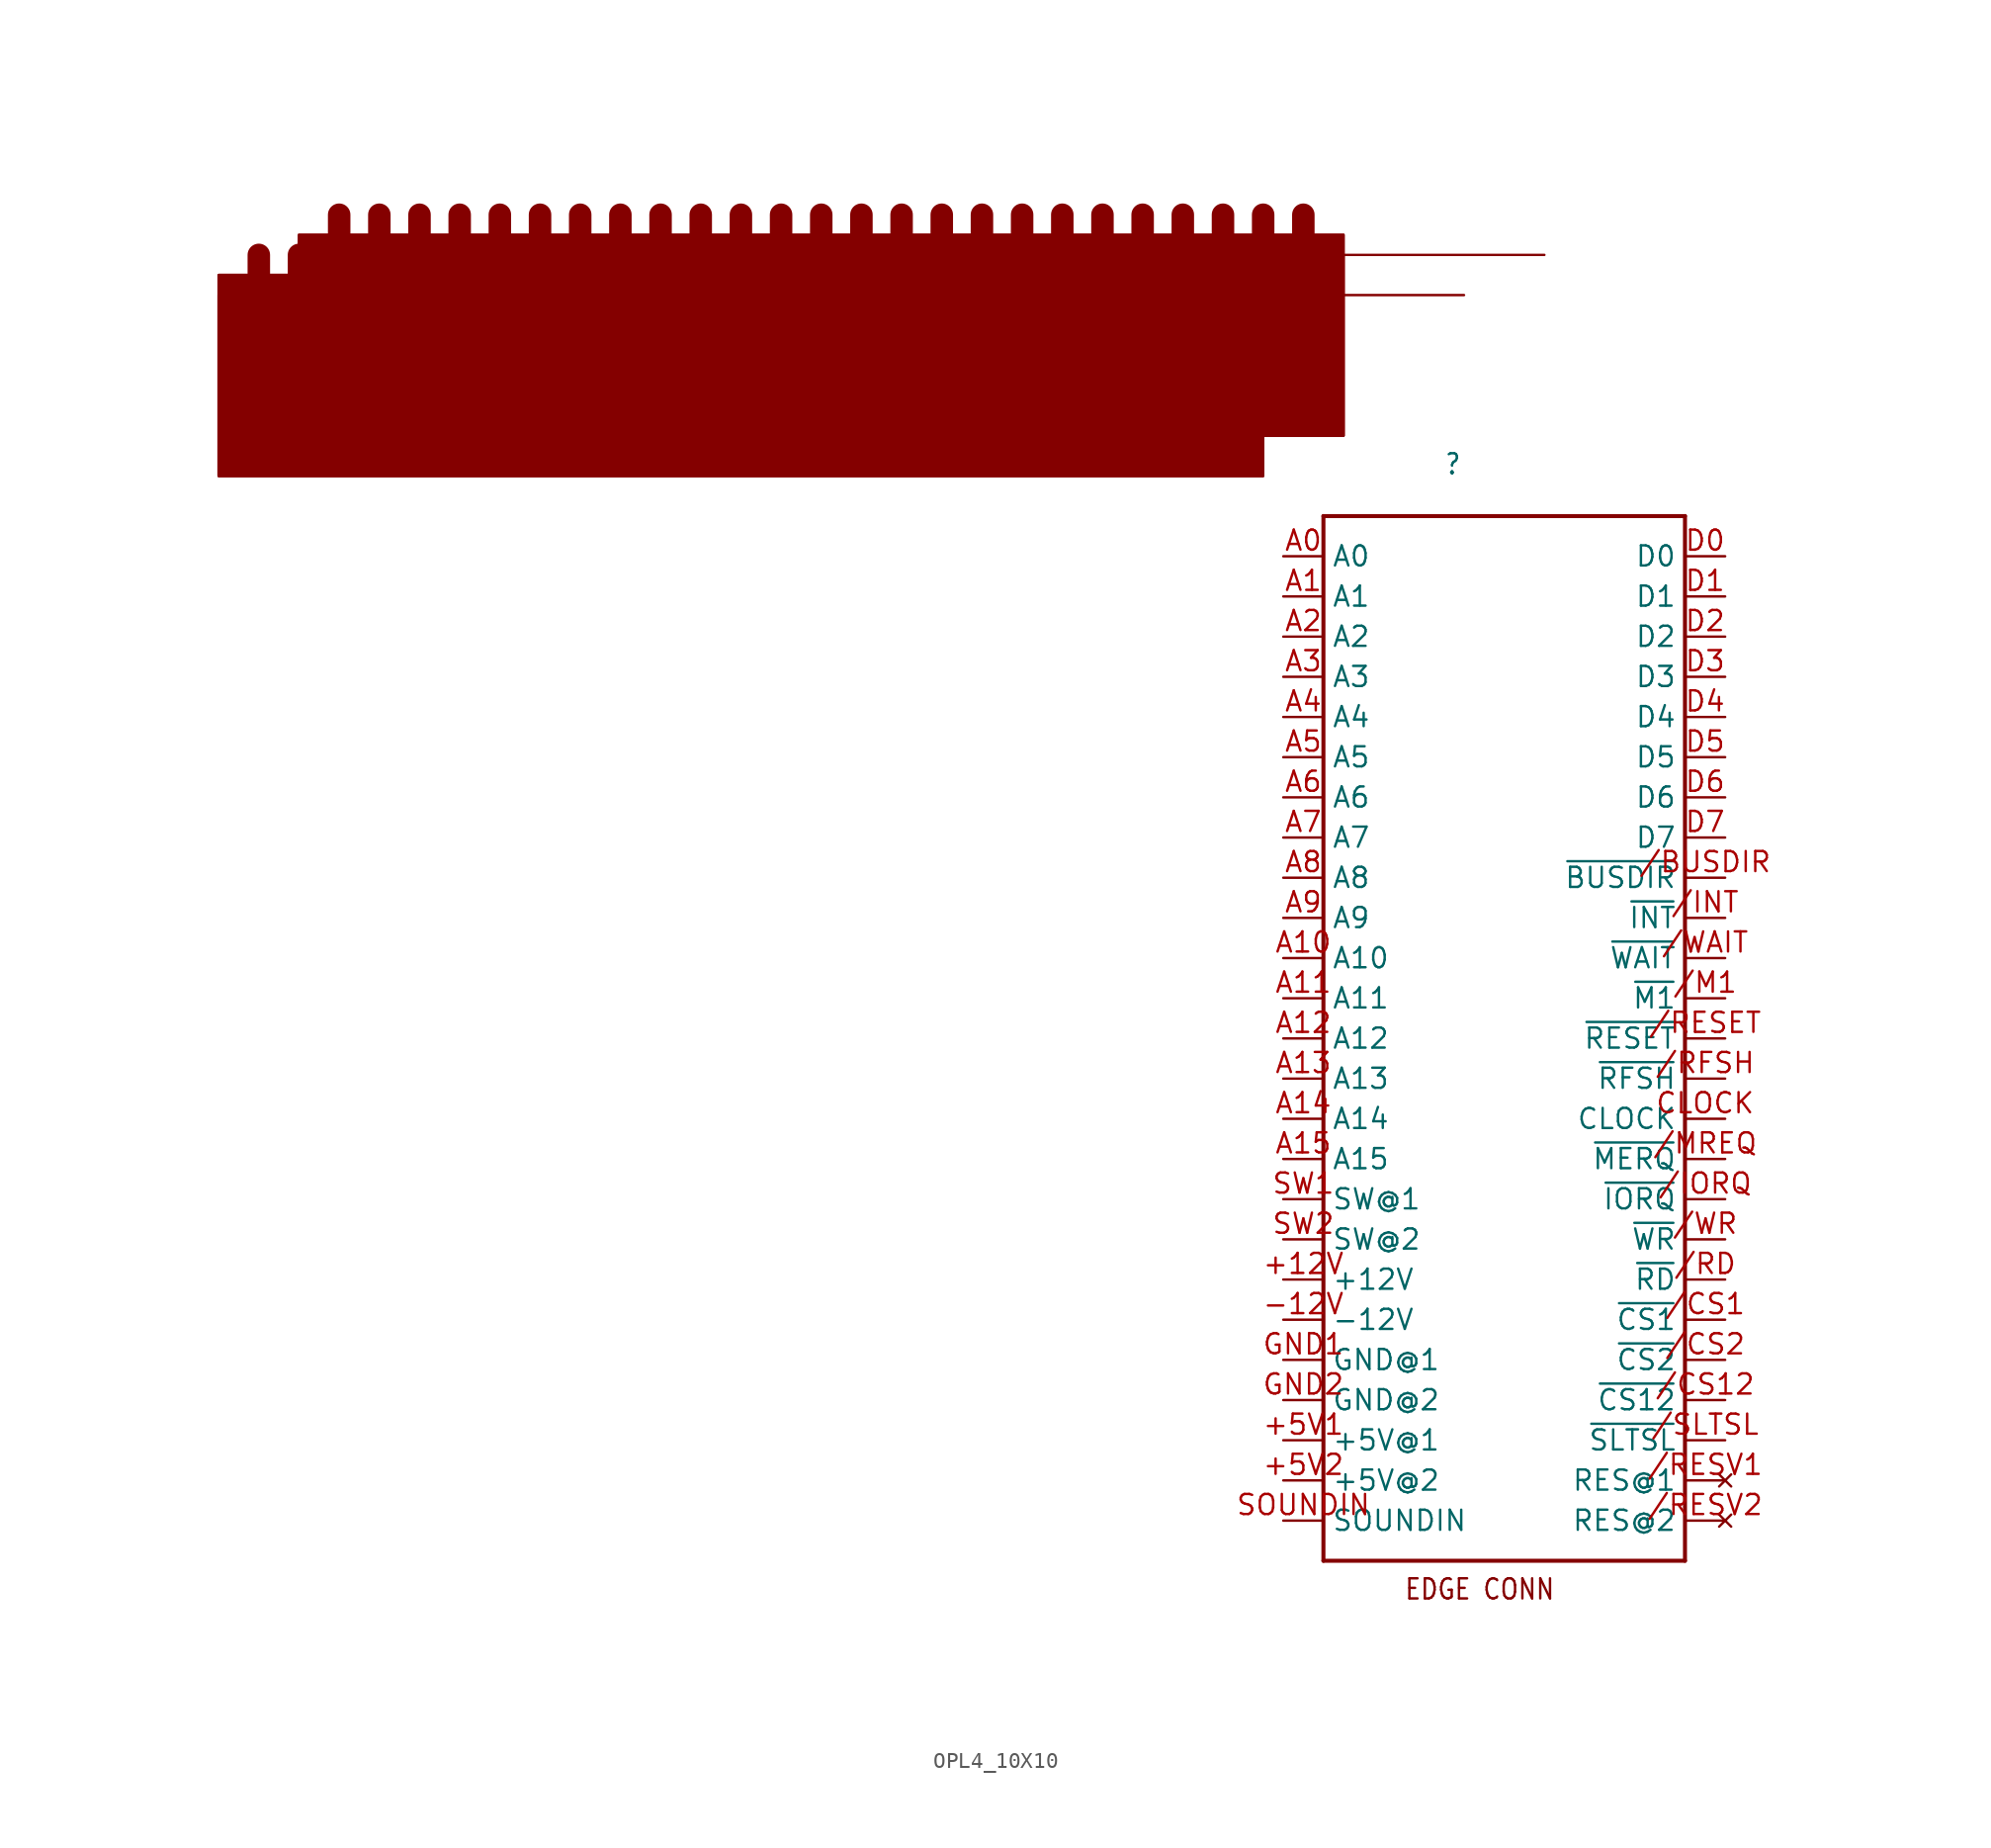
<source format=kicad_sym>
(kicad_symbol_lib
  (version 20211014)
  (generator kicad_symbol_editor)
  (symbol "OPL4_10X10"
    (property "Reference" ""
      (at -3.81 43.18 0)
      (effects (font (size 1.27 1.079)) (justify left bottom)))
    (property "ki_locked" ""
      (at 0 0 0)
      (effects (font (size 1.27 1.27))))
    (symbol "OPL4_10X10_1_0"
      (rectangle (start -81.28 43.18) (end -15.24 55.88) (stroke (width 0) (type default) (color 0 0 0 0)) (fill (type outline)))
      (rectangle (start -81.28 43.18) (end -15.24 55.88) (stroke (width 0) (type default) (color 0 0 0 0)) (fill (type outline)))
      (rectangle (start -76.2 45.72) (end -10.16 58.42) (stroke (width 0) (type default) (color 0 0 0 0)) (fill (type outline)))
      (rectangle (start -76.2 45.72) (end -10.16 58.42) (stroke (width 0) (type default) (color 0 0 0 0)) (fill (type outline)))
      (polyline (pts (xy -78.74 44.45) (xy -78.74 57.15)) (stroke (width 1.422) (type default) (color 0 0 0 0)) (fill (type none)))
      (polyline (pts (xy -76.2 44.45) (xy -76.2 57.15)) (stroke (width 1.422) (type default) (color 0 0 0 0)) (fill (type none)))
      (polyline (pts (xy -73.66 44.45) (xy -73.66 57.15)) (stroke (width 1.422) (type default) (color 0 0 0 0)) (fill (type none)))
      (polyline (pts (xy -73.66 46.99) (xy -73.66 59.69)) (stroke (width 1.422) (type default) (color 0 0 0 0)) (fill (type none)))
      (polyline (pts (xy -71.12 44.45) (xy -71.12 57.15)) (stroke (width 1.422) (type default) (color 0 0 0 0)) (fill (type none)))
      (polyline (pts (xy -71.12 46.99) (xy -71.12 59.69)) (stroke (width 1.422) (type default) (color 0 0 0 0)) (fill (type none)))
      (polyline (pts (xy -68.58 44.45) (xy -68.58 57.15)) (stroke (width 1.422) (type default) (color 0 0 0 0)) (fill (type none)))
      (polyline (pts (xy -68.58 46.99) (xy -68.58 59.69)) (stroke (width 1.422) (type default) (color 0 0 0 0)) (fill (type none)))
      (polyline (pts (xy -66.04 44.45) (xy -66.04 57.15)) (stroke (width 1.422) (type default) (color 0 0 0 0)) (fill (type none)))
      (polyline (pts (xy -66.04 46.99) (xy -66.04 59.69)) (stroke (width 1.422) (type default) (color 0 0 0 0)) (fill (type none)))
      (polyline (pts (xy -63.5 44.45) (xy -63.5 57.15)) (stroke (width 1.422) (type default) (color 0 0 0 0)) (fill (type none)))
      (polyline (pts (xy -63.5 46.99) (xy -63.5 59.69)) (stroke (width 1.422) (type default) (color 0 0 0 0)) (fill (type none)))
      (polyline (pts (xy -60.96 44.45) (xy -60.96 57.15)) (stroke (width 1.422) (type default) (color 0 0 0 0)) (fill (type none)))
      (polyline (pts (xy -60.96 46.99) (xy -60.96 59.69)) (stroke (width 1.422) (type default) (color 0 0 0 0)) (fill (type none)))
      (polyline (pts (xy -58.42 44.45) (xy -58.42 57.15)) (stroke (width 1.422) (type default) (color 0 0 0 0)) (fill (type none)))
      (polyline (pts (xy -58.42 46.99) (xy -58.42 59.69)) (stroke (width 1.422) (type default) (color 0 0 0 0)) (fill (type none)))
      (polyline (pts (xy -55.88 44.45) (xy -55.88 57.15)) (stroke (width 1.422) (type default) (color 0 0 0 0)) (fill (type none)))
      (polyline (pts (xy -55.88 46.99) (xy -55.88 59.69)) (stroke (width 1.422) (type default) (color 0 0 0 0)) (fill (type none)))
      (polyline (pts (xy -53.34 44.45) (xy -53.34 57.15)) (stroke (width 1.422) (type default) (color 0 0 0 0)) (fill (type none)))
      (polyline (pts (xy -53.34 46.99) (xy -53.34 59.69)) (stroke (width 1.422) (type default) (color 0 0 0 0)) (fill (type none)))
      (polyline (pts (xy -50.8 44.45) (xy -50.8 57.15)) (stroke (width 1.422) (type default) (color 0 0 0 0)) (fill (type none)))
      (polyline (pts (xy -50.8 46.99) (xy -50.8 59.69)) (stroke (width 1.422) (type default) (color 0 0 0 0)) (fill (type none)))
      (polyline (pts (xy -48.26 44.45) (xy -48.26 57.15)) (stroke (width 1.422) (type default) (color 0 0 0 0)) (fill (type none)))
      (polyline (pts (xy -48.26 46.99) (xy -48.26 59.69)) (stroke (width 1.422) (type default) (color 0 0 0 0)) (fill (type none)))
      (polyline (pts (xy -45.72 44.45) (xy -45.72 57.15)) (stroke (width 1.422) (type default) (color 0 0 0 0)) (fill (type none)))
      (polyline (pts (xy -45.72 46.99) (xy -45.72 59.69)) (stroke (width 1.422) (type default) (color 0 0 0 0)) (fill (type none)))
      (polyline (pts (xy -43.18 44.45) (xy -43.18 57.15)) (stroke (width 1.422) (type default) (color 0 0 0 0)) (fill (type none)))
      (polyline (pts (xy -43.18 46.99) (xy -43.18 59.69)) (stroke (width 1.422) (type default) (color 0 0 0 0)) (fill (type none)))
      (polyline (pts (xy -40.64 44.45) (xy -40.64 57.15)) (stroke (width 1.422) (type default) (color 0 0 0 0)) (fill (type none)))
      (polyline (pts (xy -40.64 46.99) (xy -40.64 59.69)) (stroke (width 1.422) (type default) (color 0 0 0 0)) (fill (type none)))
      (polyline (pts (xy -38.1 44.45) (xy -38.1 57.15)) (stroke (width 1.422) (type default) (color 0 0 0 0)) (fill (type none)))
      (polyline (pts (xy -38.1 46.99) (xy -38.1 59.69)) (stroke (width 1.422) (type default) (color 0 0 0 0)) (fill (type none)))
      (polyline (pts (xy -35.56 44.45) (xy -35.56 57.15)) (stroke (width 1.422) (type default) (color 0 0 0 0)) (fill (type none)))
      (polyline (pts (xy -35.56 46.99) (xy -35.56 59.69)) (stroke (width 1.422) (type default) (color 0 0 0 0)) (fill (type none)))
      (polyline (pts (xy -33.02 44.45) (xy -33.02 57.15)) (stroke (width 1.422) (type default) (color 0 0 0 0)) (fill (type none)))
      (polyline (pts (xy -33.02 46.99) (xy -33.02 59.69)) (stroke (width 1.422) (type default) (color 0 0 0 0)) (fill (type none)))
      (polyline (pts (xy -30.48 44.45) (xy -30.48 57.15)) (stroke (width 1.422) (type default) (color 0 0 0 0)) (fill (type none)))
      (polyline (pts (xy -30.48 46.99) (xy -30.48 59.69)) (stroke (width 1.422) (type default) (color 0 0 0 0)) (fill (type none)))
      (polyline (pts (xy -27.94 44.45) (xy -27.94 57.15)) (stroke (width 1.422) (type default) (color 0 0 0 0)) (fill (type none)))
      (polyline (pts (xy -27.94 46.99) (xy -27.94 59.69)) (stroke (width 1.422) (type default) (color 0 0 0 0)) (fill (type none)))
      (polyline (pts (xy -25.4 44.45) (xy -25.4 57.15)) (stroke (width 1.422) (type default) (color 0 0 0 0)) (fill (type none)))
      (polyline (pts (xy -25.4 46.99) (xy -25.4 59.69)) (stroke (width 1.422) (type default) (color 0 0 0 0)) (fill (type none)))
      (polyline (pts (xy -22.86 44.45) (xy -22.86 57.15)) (stroke (width 1.422) (type default) (color 0 0 0 0)) (fill (type none)))
      (polyline (pts (xy -22.86 46.99) (xy -22.86 59.69)) (stroke (width 1.422) (type default) (color 0 0 0 0)) (fill (type none)))
      (polyline (pts (xy -20.32 44.45) (xy -20.32 57.15)) (stroke (width 1.422) (type default) (color 0 0 0 0)) (fill (type none)))
      (polyline (pts (xy -20.32 46.99) (xy -20.32 59.69)) (stroke (width 1.422) (type default) (color 0 0 0 0)) (fill (type none)))
      (polyline (pts (xy -17.78 44.45) (xy -17.78 57.15)) (stroke (width 1.422) (type default) (color 0 0 0 0)) (fill (type none)))
      (polyline (pts (xy -17.78 46.99) (xy -17.78 59.69)) (stroke (width 1.422) (type default) (color 0 0 0 0)) (fill (type none)))
      (polyline (pts (xy -15.24 46.99) (xy -15.24 59.69)) (stroke (width 1.422) (type default) (color 0 0 0 0)) (fill (type none)))
      (polyline (pts (xy -12.7 46.99) (xy -12.7 59.69)) (stroke (width 1.422) (type default) (color 0 0 0 0)) (fill (type none)))
      (polyline (pts (xy -11.43 -25.4) (xy -11.43 40.64)) (stroke (width 0.254) (type default) (color 0 0 0 0)) (fill (type none)))
      (polyline (pts (xy -11.43 40.64) (xy 11.43 40.64)) (stroke (width 0.254) (type default) (color 0 0 0 0)) (fill (type none)))
      (polyline (pts (xy 11.43 -25.4) (xy -11.43 -25.4)) (stroke (width 0.254) (type default) (color 0 0 0 0)) (fill (type none)))
      (polyline (pts (xy 11.43 40.64) (xy 11.43 -25.4)) (stroke (width 0.254) (type default) (color 0 0 0 0)) (fill (type none)))
      (polyline (pts (xy -2.54 54.61) (xy -15.24 54.61) (xy -15.24 43.18) (xy -81.28 43.18) (xy -81.28 54.61)) (stroke (width 0) (type default) (color 0 0 0 0)) (fill (type outline)))
      (polyline (pts (xy 2.54 57.15) (xy -10.16 57.15) (xy -10.16 45.72) (xy -76.2 45.72) (xy -76.2 57.15)) (stroke (width 0) (type default) (color 0 0 0 0)) (fill (type outline)))
      (text "EDGE CONN" (at -6.35 -27.94 0) (effects (font (size 1.27 1.079)) (justify left bottom)))
      (pin power_in line (at -13.97 -7.62 0) (length 2.54) (name "+12V" (effects (font (size 1.27 1.27)))) (number "+12V" (effects (font (size 1.27 1.27)))))
      (pin power_in line (at -13.97 -17.78 0) (length 2.54) (name "+5V@1" (effects (font (size 1.27 1.27)))) (number "+5V1" (effects (font (size 1.27 1.27)))))
      (pin power_in line (at -13.97 -20.32 0) (length 2.54) (name "+5V@2" (effects (font (size 1.27 1.27)))) (number "+5V2" (effects (font (size 1.27 1.27)))))
      (pin power_in line (at -13.97 -10.16 0) (length 2.54) (name "-12V" (effects (font (size 1.27 1.27)))) (number "-12V" (effects (font (size 1.27 1.27)))))
      (pin input line (at 13.97 17.78 180) (length 2.54) (name "~{BUSDIR}" (effects (font (size 1.27 1.27)))) (number "/BUSDIR" (effects (font (size 1.27 1.27)))))
      (pin output line (at 13.97 -10.16 180) (length 2.54) (name "~{CS1}" (effects (font (size 1.27 1.27)))) (number "/CS1" (effects (font (size 1.27 1.27)))))
      (pin output line (at 13.97 -15.24 180) (length 2.54) (name "~{CS12}" (effects (font (size 1.27 1.27)))) (number "/CS12" (effects (font (size 1.27 1.27)))))
      (pin output line (at 13.97 -12.7 180) (length 2.54) (name "~{CS2}" (effects (font (size 1.27 1.27)))) (number "/CS2" (effects (font (size 1.27 1.27)))))
      (pin open_collector line (at 13.97 15.24 180) (length 2.54) (name "~{INT}" (effects (font (size 1.27 1.27)))) (number "/INT" (effects (font (size 1.27 1.27)))))
      (pin output line (at 13.97 -2.54 180) (length 2.54) (name "~{IORQ}" (effects (font (size 1.27 1.27)))) (number "/IORQ" (effects (font (size 1.27 1.27)))))
      (pin output line (at 13.97 10.16 180) (length 2.54) (name "~{M1}" (effects (font (size 1.27 1.27)))) (number "/M1" (effects (font (size 1.27 1.27)))))
      (pin output line (at 13.97 0 180) (length 2.54) (name "~{MERQ}" (effects (font (size 1.27 1.27)))) (number "/MREQ" (effects (font (size 1.27 1.27)))))
      (pin output line (at 13.97 -7.62 180) (length 2.54) (name "~{RD}" (effects (font (size 1.27 1.27)))) (number "/RD" (effects (font (size 1.27 1.27)))))
      (pin output line (at 13.97 7.62 180) (length 2.54) (name "~{RESET}" (effects (font (size 1.27 1.27)))) (number "/RESET" (effects (font (size 1.27 1.27)))))
      (pin no_connect line (at 13.97 -20.32 180) (length 2.54) (name "RES@1" (effects (font (size 1.27 1.27)))) (number "/RESV1" (effects (font (size 1.27 1.27)))))
      (pin no_connect line (at 13.97 -22.86 180) (length 2.54) (name "RES@2" (effects (font (size 1.27 1.27)))) (number "/RESV2" (effects (font (size 1.27 1.27)))))
      (pin output line (at 13.97 5.08 180) (length 2.54) (name "~{RFSH}" (effects (font (size 1.27 1.27)))) (number "/RFSH" (effects (font (size 1.27 1.27)))))
      (pin output line (at 13.97 -17.78 180) (length 2.54) (name "~{SLTSL}" (effects (font (size 1.27 1.27)))) (number "/SLTSL" (effects (font (size 1.27 1.27)))))
      (pin open_collector line (at 13.97 12.7 180) (length 2.54) (name "~{WAIT}" (effects (font (size 1.27 1.27)))) (number "/WAIT" (effects (font (size 1.27 1.27)))))
      (pin output line (at 13.97 -5.08 180) (length 2.54) (name "~{WR}" (effects (font (size 1.27 1.27)))) (number "/WR" (effects (font (size 1.27 1.27)))))
      (pin output line (at -13.97 38.1 0) (length 2.54) (name "A0" (effects (font (size 1.27 1.27)))) (number "A0" (effects (font (size 1.27 1.27)))))
      (pin output line (at -13.97 35.56 0) (length 2.54) (name "A1" (effects (font (size 1.27 1.27)))) (number "A1" (effects (font (size 1.27 1.27)))))
      (pin output line (at -13.97 12.7 0) (length 2.54) (name "A10" (effects (font (size 1.27 1.27)))) (number "A10" (effects (font (size 1.27 1.27)))))
      (pin output line (at -13.97 10.16 0) (length 2.54) (name "A11" (effects (font (size 1.27 1.27)))) (number "A11" (effects (font (size 1.27 1.27)))))
      (pin output line (at -13.97 7.62 0) (length 2.54) (name "A12" (effects (font (size 1.27 1.27)))) (number "A12" (effects (font (size 1.27 1.27)))))
      (pin output line (at -13.97 5.08 0) (length 2.54) (name "A13" (effects (font (size 1.27 1.27)))) (number "A13" (effects (font (size 1.27 1.27)))))
      (pin output line (at -13.97 2.54 0) (length 2.54) (name "A14" (effects (font (size 1.27 1.27)))) (number "A14" (effects (font (size 1.27 1.27)))))
      (pin output line (at -13.97 0 0) (length 2.54) (name "A15" (effects (font (size 1.27 1.27)))) (number "A15" (effects (font (size 1.27 1.27)))))
      (pin output line (at -13.97 33.02 0) (length 2.54) (name "A2" (effects (font (size 1.27 1.27)))) (number "A2" (effects (font (size 1.27 1.27)))))
      (pin output line (at -13.97 30.48 0) (length 2.54) (name "A3" (effects (font (size 1.27 1.27)))) (number "A3" (effects (font (size 1.27 1.27)))))
      (pin output line (at -13.97 27.94 0) (length 2.54) (name "A4" (effects (font (size 1.27 1.27)))) (number "A4" (effects (font (size 1.27 1.27)))))
      (pin output line (at -13.97 25.4 0) (length 2.54) (name "A5" (effects (font (size 1.27 1.27)))) (number "A5" (effects (font (size 1.27 1.27)))))
      (pin output line (at -13.97 22.86 0) (length 2.54) (name "A6" (effects (font (size 1.27 1.27)))) (number "A6" (effects (font (size 1.27 1.27)))))
      (pin output line (at -13.97 20.32 0) (length 2.54) (name "A7" (effects (font (size 1.27 1.27)))) (number "A7" (effects (font (size 1.27 1.27)))))
      (pin output line (at -13.97 17.78 0) (length 2.54) (name "A8" (effects (font (size 1.27 1.27)))) (number "A8" (effects (font (size 1.27 1.27)))))
      (pin output line (at -13.97 15.24 0) (length 2.54) (name "A9" (effects (font (size 1.27 1.27)))) (number "A9" (effects (font (size 1.27 1.27)))))
      (pin output line (at 13.97 2.54 180) (length 2.54) (name "CLOCK" (effects (font (size 1.27 1.27)))) (number "CLOCK" (effects (font (size 1.27 1.27)))))
      (pin bidirectional line (at 13.97 38.1 180) (length 2.54) (name "D0" (effects (font (size 1.27 1.27)))) (number "D0" (effects (font (size 1.27 1.27)))))
      (pin bidirectional line (at 13.97 35.56 180) (length 2.54) (name "D1" (effects (font (size 1.27 1.27)))) (number "D1" (effects (font (size 1.27 1.27)))))
      (pin bidirectional line (at 13.97 33.02 180) (length 2.54) (name "D2" (effects (font (size 1.27 1.27)))) (number "D2" (effects (font (size 1.27 1.27)))))
      (pin bidirectional line (at 13.97 30.48 180) (length 2.54) (name "D3" (effects (font (size 1.27 1.27)))) (number "D3" (effects (font (size 1.27 1.27)))))
      (pin bidirectional line (at 13.97 27.94 180) (length 2.54) (name "D4" (effects (font (size 1.27 1.27)))) (number "D4" (effects (font (size 1.27 1.27)))))
      (pin bidirectional line (at 13.97 25.4 180) (length 2.54) (name "D5" (effects (font (size 1.27 1.27)))) (number "D5" (effects (font (size 1.27 1.27)))))
      (pin bidirectional line (at 13.97 22.86 180) (length 2.54) (name "D6" (effects (font (size 1.27 1.27)))) (number "D6" (effects (font (size 1.27 1.27)))))
      (pin bidirectional line (at 13.97 20.32 180) (length 2.54) (name "D7" (effects (font (size 1.27 1.27)))) (number "D7" (effects (font (size 1.27 1.27)))))
      (pin power_in line (at -13.97 -12.7 0) (length 2.54) (name "GND@1" (effects (font (size 1.27 1.27)))) (number "GND1" (effects (font (size 1.27 1.27)))))
      (pin power_in line (at -13.97 -15.24 0) (length 2.54) (name "GND@2" (effects (font (size 1.27 1.27)))) (number "GND2" (effects (font (size 1.27 1.27)))))
      (pin passive line (at -13.97 -22.86 0) (length 2.54) (name "SOUNDIN" (effects (font (size 1.27 1.27)))) (number "SOUNDIN" (effects (font (size 1.27 1.27)))))
      (pin passive line (at -13.97 -2.54 0) (length 2.54) (name "SW@1" (effects (font (size 1.27 1.27)))) (number "SW1" (effects (font (size 1.27 1.27)))))
      (pin passive line (at -13.97 -5.08 0) (length 2.54) (name "SW@2" (effects (font (size 1.27 1.27)))) (number "SW2" (effects (font (size 1.27 1.27))))))))
</source>
